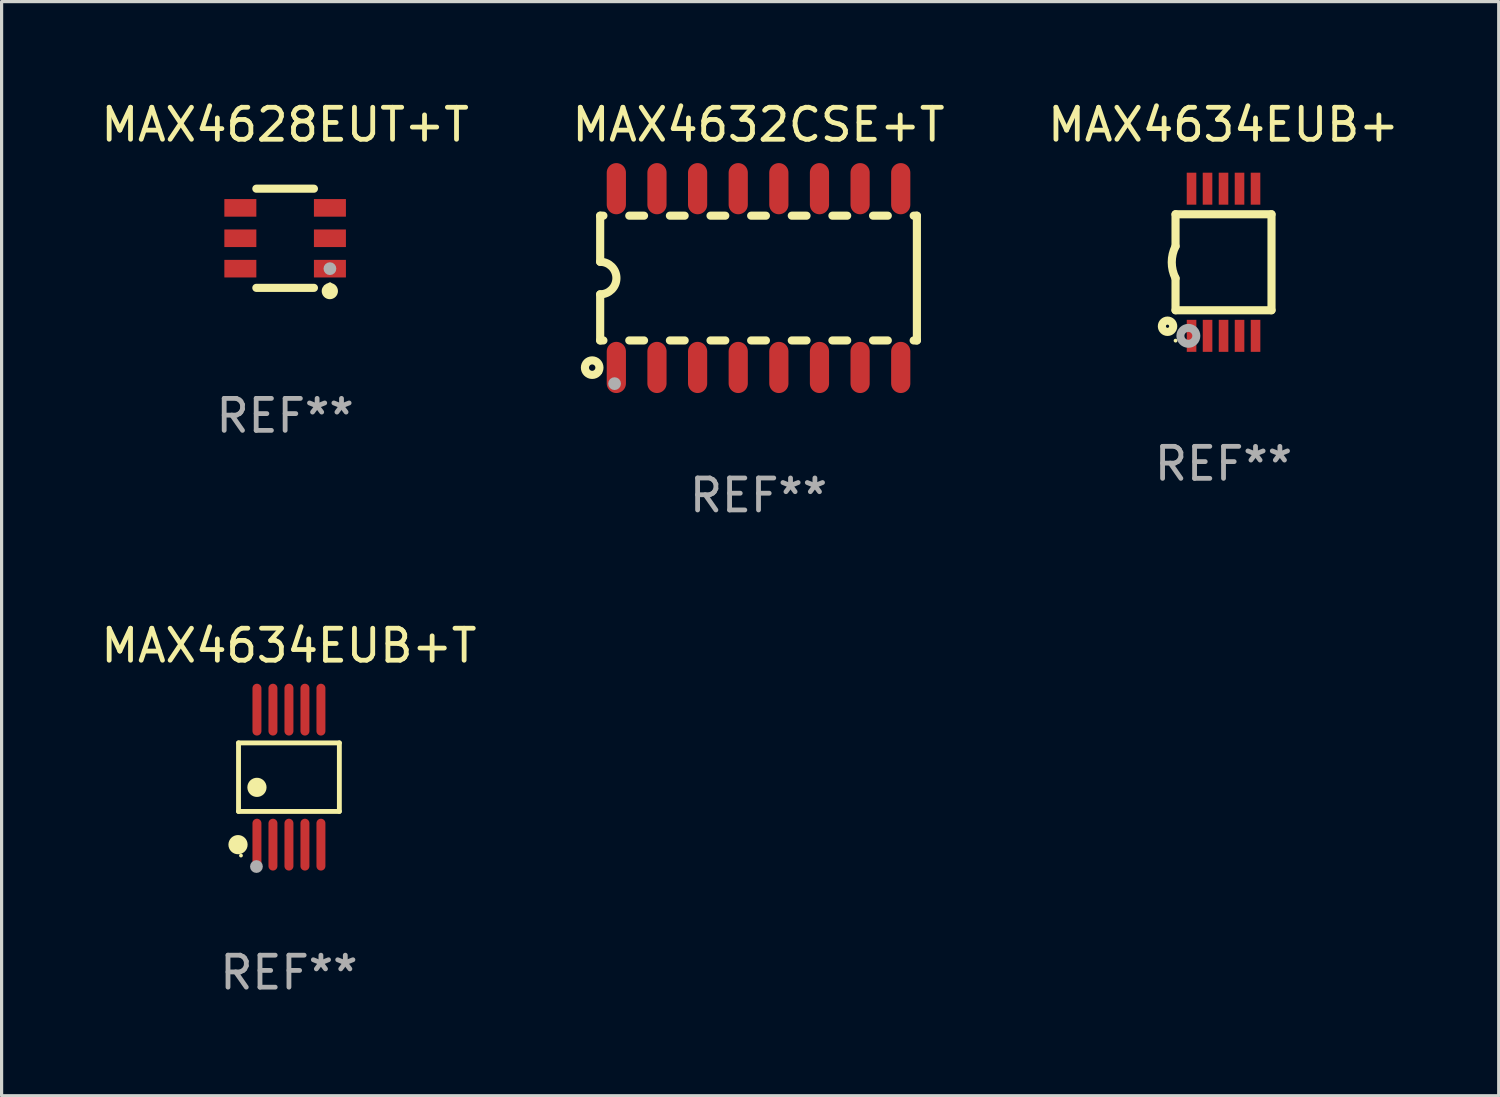
<source format=kicad_pcb>
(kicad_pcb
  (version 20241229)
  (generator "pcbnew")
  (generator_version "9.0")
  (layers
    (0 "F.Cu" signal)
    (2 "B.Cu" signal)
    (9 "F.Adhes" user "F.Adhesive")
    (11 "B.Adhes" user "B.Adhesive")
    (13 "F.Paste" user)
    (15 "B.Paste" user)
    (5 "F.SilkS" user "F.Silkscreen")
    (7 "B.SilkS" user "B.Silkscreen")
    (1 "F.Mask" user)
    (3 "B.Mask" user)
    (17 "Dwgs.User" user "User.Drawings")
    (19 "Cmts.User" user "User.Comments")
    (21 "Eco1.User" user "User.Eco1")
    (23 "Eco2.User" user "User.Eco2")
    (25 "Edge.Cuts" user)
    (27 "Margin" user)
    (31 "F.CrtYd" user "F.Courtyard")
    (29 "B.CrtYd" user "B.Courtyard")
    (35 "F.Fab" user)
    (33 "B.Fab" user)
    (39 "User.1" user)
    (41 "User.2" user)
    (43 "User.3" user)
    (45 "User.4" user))
  (footprint "MAX4632CSE+T"
    (layer "F.Cu")
    (at 20.661 5.642)
    (property "Reference" "MAX4632CSE+T" (at 0 -4.794 0) (layer "F.SilkS") (effects (font (size 1 1) (thickness 0.15))))
    (attr through_hole)
    (fp_line (start -4.95 -1.95) (end -4.95 -0.508) (stroke (width 0.254) (type solid)) (layer "F.SilkS"))
    (fp_line (start -4.95 -1.95) (end -4.849 -1.95) (stroke (width 0.254) (type solid)) (layer "F.SilkS"))
    (fp_line (start -4.95 1.95) (end -4.95 0.508) (stroke (width 0.254) (type solid)) (layer "F.SilkS"))
    (fp_line (start -4.95 1.95) (end -4.849 1.95) (stroke (width 0.254) (type solid)) (layer "F.SilkS"))
    (fp_line (start -4.041 -1.95) (end -3.579 -1.95) (stroke (width 0.254) (type solid)) (layer "F.SilkS"))
    (fp_line (start -4.041 1.95) (end -3.579 1.95) (stroke (width 0.254) (type solid)) (layer "F.SilkS"))
    (fp_line (start -2.771 -1.95) (end -2.309 -1.95) (stroke (width 0.254) (type solid)) (layer "F.SilkS"))
    (fp_line (start -2.771 1.95) (end -2.309 1.95) (stroke (width 0.254) (type solid)) (layer "F.SilkS"))
    (fp_line (start -1.501 -1.95) (end -1.039 -1.95) (stroke (width 0.254) (type solid)) (layer "F.SilkS"))
    (fp_line (start -1.501 1.95) (end -1.039 1.95) (stroke (width 0.254) (type solid)) (layer "F.SilkS"))
    (fp_line (start -0.231 -1.95) (end 0.231 -1.95) (stroke (width 0.254) (type solid)) (layer "F.SilkS"))
    (fp_line (start -0.231 1.95) (end 0.231 1.95) (stroke (width 0.254) (type solid)) (layer "F.SilkS"))
    (fp_line (start 1.039 -1.95) (end 1.501 -1.95) (stroke (width 0.254) (type solid)) (layer "F.SilkS"))
    (fp_line (start 1.039 1.95) (end 1.501 1.95) (stroke (width 0.254) (type solid)) (layer "F.SilkS"))
    (fp_line (start 2.309 -1.95) (end 2.771 -1.95) (stroke (width 0.254) (type solid)) (layer "F.SilkS"))
    (fp_line (start 2.309 1.95) (end 2.771 1.95) (stroke (width 0.254) (type solid)) (layer "F.SilkS"))
    (fp_line (start 3.579 -1.95) (end 4.041 -1.95) (stroke (width 0.254) (type solid)) (layer "F.SilkS"))
    (fp_line (start 3.579 1.95) (end 4.041 1.95) (stroke (width 0.254) (type solid)) (layer "F.SilkS"))
    (fp_line (start 4.849 -1.95) (end 4.95 -1.95) (stroke (width 0.254) (type solid)) (layer "F.SilkS"))
    (fp_line (start 4.849 1.95) (end 4.95 1.95) (stroke (width 0.254) (type solid)) (layer "F.SilkS"))
    (fp_line (start 4.95 -1.95) (end 4.95 1.95) (stroke (width 0.254) (type solid)) (layer "F.SilkS"))
    (fp_arc (start -4.95047 -0.508001) (mid -4.442469 -0.000228) (end -4.950013 0.508001) (stroke (width 0.254001) (type solid)) (layer "F.SilkS"))
    (fp_circle (center -5.2 2.8) (end -5.1 2.8) (stroke (width 0.254) (type solid)) (fill no) (layer "F.SilkS"))
    (fp_circle (center -4.95 2.947) (end -4.92 2.947) (stroke (width 0.06) (type solid)) (fill no) (layer "F.SilkS"))
    (fp_circle (center -4.5 3.3) (end -4.4 3.3) (stroke (width 0.2) (type solid)) (fill no) (layer "F.Fab"))
    (fp_text user "REF**" (at 0 6.794 0) (layer "F.Fab") (effects (font (size 1 1) (thickness 0.15))))
    (pad "1" smd oval (at -4.445 2.794) (size 0.6 1.6) (layers "F.Cu" "F.Mask" "F.Paste"))
    (pad "2" smd oval (at -3.175 2.794) (size 0.6 1.6) (layers "F.Cu" "F.Mask" "F.Paste"))
    (pad "3" smd oval (at -1.905 2.794) (size 0.6 1.6) (layers "F.Cu" "F.Mask" "F.Paste"))
    (pad "4" smd oval (at -0.635 2.794) (size 0.6 1.6) (layers "F.Cu" "F.Mask" "F.Paste"))
    (pad "5" smd oval (at 0.635 2.794) (size 0.6 1.6) (layers "F.Cu" "F.Mask" "F.Paste"))
    (pad "6" smd oval (at 1.905 2.794) (size 0.6 1.6) (layers "F.Cu" "F.Mask" "F.Paste"))
    (pad "7" smd oval (at 3.175 2.794) (size 0.6 1.6) (layers "F.Cu" "F.Mask" "F.Paste"))
    (pad "8" smd oval (at 4.445 2.794) (size 0.6 1.6) (layers "F.Cu" "F.Mask" "F.Paste"))
    (pad "9" smd oval (at 4.445 -2.794) (size 0.6 1.6) (layers "F.Cu" "F.Mask" "F.Paste"))
    (pad "10" smd oval (at 3.175 -2.794) (size 0.6 1.6) (layers "F.Cu" "F.Mask" "F.Paste"))
    (pad "11" smd oval (at 1.905 -2.794) (size 0.6 1.6) (layers "F.Cu" "F.Mask" "F.Paste"))
    (pad "12" smd oval (at 0.635 -2.794) (size 0.6 1.6) (layers "F.Cu" "F.Mask" "F.Paste"))
    (pad "13" smd oval (at -0.635 -2.794) (size 0.6 1.6) (layers "F.Cu" "F.Mask" "F.Paste"))
    (pad "14" smd oval (at -1.905 -2.794) (size 0.6 1.6) (layers "F.Cu" "F.Mask" "F.Paste"))
    (pad "15" smd oval (at -3.175 -2.794) (size 0.6 1.6) (layers "F.Cu" "F.Mask" "F.Paste"))
    (pad "16" smd oval (at -4.445 -2.794) (size 0.6 1.6) (layers "F.Cu" "F.Mask" "F.Paste")))
  (footprint "MAX4628EUT+T"
    (layer "F.Cu")
    (at 5.863 4.398)
    (property "Reference" "MAX4628EUT+T" (at 0 -3.55 0) (layer "F.SilkS") (effects (font (size 1 1) (thickness 0.15))))
    (attr through_hole)
    (fp_line (start -0.9 -1.55) (end 0.9 -1.55) (stroke (width 0.254) (type solid)) (layer "F.SilkS"))
    (fp_line (start -0.9 1.55) (end 0.9 1.55) (stroke (width 0.254) (type solid)) (layer "F.SilkS"))
    (fp_circle (center 1.397 1.651) (end 1.524 1.651) (stroke (width 0.254) (type solid)) (fill no) (layer "F.SilkS"))
    (fp_circle (center 1.4 1.435) (end 1.43 1.435) (stroke (width 0.06) (type solid)) (fill no) (layer "F.SilkS"))
    (fp_circle (center 1.4 0.95) (end 1.5 0.95) (stroke (width 0.2) (type solid)) (fill no) (layer "F.Fab"))
    (fp_text user "REF**" (at 0 5.55 0) (layer "F.Fab") (effects (font (size 1 1) (thickness 0.15))))
    (pad "1" smd rect (at 1.4 0.95) (size 1 0.55) (layers "F.Cu" "F.Mask" "F.Paste"))
    (pad "2" smd rect (at 1.4 -0.000102) (size 1 0.55) (layers "F.Cu" "F.Mask" "F.Paste"))
    (pad "3" smd rect (at 1.4 -0.95) (size 1 0.55) (layers "F.Cu" "F.Mask" "F.Paste"))
    (pad "4" smd rect (at -1.4 -0.95) (size 1 0.55) (layers "F.Cu" "F.Mask" "F.Paste"))
    (pad "5" smd rect (at -1.4 -0.000102) (size 1 0.55) (layers "F.Cu" "F.Mask" "F.Paste"))
    (pad "6" smd rect (at -1.4 0.95) (size 1 0.55) (layers "F.Cu" "F.Mask" "F.Paste")))
  (footprint "MAX4634EUB+T"
    (layer "F.Cu")
    (at 5.982 21.243)
    (property "Reference" "MAX4634EUB+T" (at 0 -4.11 0) (layer "F.SilkS") (effects (font (size 1 1) (thickness 0.15))))
    (attr through_hole)
    (fp_line (start -1.576 -1.071) (end 1.576 -1.071) (stroke (width 0.152) (type solid)) (layer "F.SilkS"))
    (fp_line (start -1.576 1.071) (end -1.576 -1.071) (stroke (width 0.152) (type solid)) (layer "F.SilkS"))
    (fp_line (start 1.576 -1.071) (end 1.576 1.071) (stroke (width 0.152) (type solid)) (layer "F.SilkS"))
    (fp_line (start 1.576 1.071) (end -1.576 1.071) (stroke (width 0.152) (type solid)) (layer "F.SilkS"))
    (fp_circle (center -1.592 2.11) (end -1.442 2.11) (stroke (width 0.3) (type solid)) (fill no) (layer "F.SilkS"))
    (fp_circle (center -1.5 2.45) (end -1.47 2.45) (stroke (width 0.06) (type solid)) (fill no) (layer "F.SilkS"))
    (fp_circle (center -1 0.319) (end -0.85 0.319) (stroke (width 0.3) (type solid)) (fill no) (layer "F.SilkS"))
    (fp_circle (center -1.016 2.794) (end -0.916 2.794) (stroke (width 0.2) (type solid)) (fill no) (layer "F.Fab"))
    (fp_text user "REF**" (at 0 6.11 0) (layer "F.Fab") (effects (font (size 1 1) (thickness 0.15))))
    (pad "1" smd oval (at -1 2.11) (size 0.28 1.62) (layers "F.Cu" "F.Mask" "F.Paste"))
    (pad "2" smd oval (at -0.5 2.11) (size 0.28 1.62) (layers "F.Cu" "F.Mask" "F.Paste"))
    (pad "3" smd oval (at 0 2.11) (size 0.28 1.62) (layers "F.Cu" "F.Mask" "F.Paste"))
    (pad "4" smd oval (at 0.5 2.11) (size 0.28 1.62) (layers "F.Cu" "F.Mask" "F.Paste"))
    (pad "5" smd oval (at 1 2.11) (size 0.28 1.62) (layers "F.Cu" "F.Mask" "F.Paste"))
    (pad "6" smd oval (at 1 -2.11) (size 0.28 1.62) (layers "F.Cu" "F.Mask" "F.Paste"))
    (pad "7" smd oval (at 0.5 -2.11) (size 0.28 1.62) (layers "F.Cu" "F.Mask" "F.Paste"))
    (pad "8" smd oval (at 0 -2.11) (size 0.28 1.62) (layers "F.Cu" "F.Mask" "F.Paste"))
    (pad "9" smd oval (at -0.5 -2.11) (size 0.28 1.62) (layers "F.Cu" "F.Mask" "F.Paste"))
    (pad "10" smd oval (at -1 -2.11) (size 0.28 1.62) (layers "F.Cu" "F.Mask" "F.Paste")))
  (footprint "MAX4634EUB+"
    (layer "F.Cu")
    (at 35.196 5.148)
    (property "Reference" "MAX4634EUB+" (at 0 -4.3 0) (layer "F.SilkS") (effects (font (size 1 1) (thickness 0.15))))
    (attr through_hole)
    (fp_line (start -1.5 -1.5) (end -1.5 -0.5) (stroke (width 0.254) (type solid)) (layer "F.SilkS"))
    (fp_line (start -1.5 1.5) (end -1.5 0.5) (stroke (width 0.254) (type solid)) (layer "F.SilkS"))
    (fp_line (start -1.5 1.5) (end 1.5 1.5) (stroke (width 0.254) (type solid)) (layer "F.SilkS"))
    (fp_line (start 1.5 1.5) (end 1.5 -1.5) (stroke (width 0.254) (type solid)) (layer "F.SilkS"))
    (fp_line (start 1.5 -1.5) (end -1.5 -1.5) (stroke (width 0.254) (type solid)) (layer "F.SilkS"))
    (fp_arc (start -1.500165 0.5) (mid -1.618199 0) (end -1.500165 -0.5) (stroke (width 0.254001) (type solid)) (layer "F.SilkS"))
    (fp_circle (center -1.75 2) (end -1.573 2) (stroke (width 0.254) (type solid)) (fill no) (layer "F.SilkS"))
    (fp_circle (center -1.499 2.45) (end -1.469 2.45) (stroke (width 0.06) (type solid)) (fill no) (layer "F.SilkS"))
    (fp_circle (center -1.099 2.3) (end -0.975 2.3) (stroke (width 0.25) (type solid)) (fill no) (layer "F.Fab"))
    (fp_text user "REF**" (at 0 6.3 0) (layer "F.Fab") (effects (font (size 1 1) (thickness 0.15))))
    (pad "1" smd rect (at -0.999 2.3 180) (size 0.3 1) (layers "F.Cu" "F.Mask" "F.Paste"))
    (pad "2" smd rect (at -0.499 2.3 180) (size 0.3 1) (layers "F.Cu" "F.Mask" "F.Paste"))
    (pad "3" smd rect (at 0.001 2.3 180) (size 0.3 1) (layers "F.Cu" "F.Mask" "F.Paste"))
    (pad "4" smd rect (at 0.501 2.3 180) (size 0.3 1) (layers "F.Cu" "F.Mask" "F.Paste"))
    (pad "5" smd rect (at 1.001 2.3 180) (size 0.3 1) (layers "F.Cu" "F.Mask" "F.Paste"))
    (pad "6" smd rect (at 1 -2.3 180) (size 0.3 1) (layers "F.Cu" "F.Mask" "F.Paste"))
    (pad "7" smd rect (at 0.5 -2.3 180) (size 0.3 1) (layers "F.Cu" "F.Mask" "F.Paste"))
    (pad "8" smd rect (at -0.000165 -2.3 180) (size 0.3 1) (layers "F.Cu" "F.Mask" "F.Paste"))
    (pad "9" smd rect (at -0.5 -2.3 180) (size 0.3 1) (layers "F.Cu" "F.Mask" "F.Paste"))
    (pad "10" smd rect (at -1 -2.3 180) (size 0.3 1) (layers "F.Cu" "F.Mask" "F.Paste")))
  (gr_rect
    (start -3 -3)
    (end 43.798 31.201)
    (stroke (width 0.1) (type default))
    (fill no)
    (layer "Edge.Cuts")))
</source>
